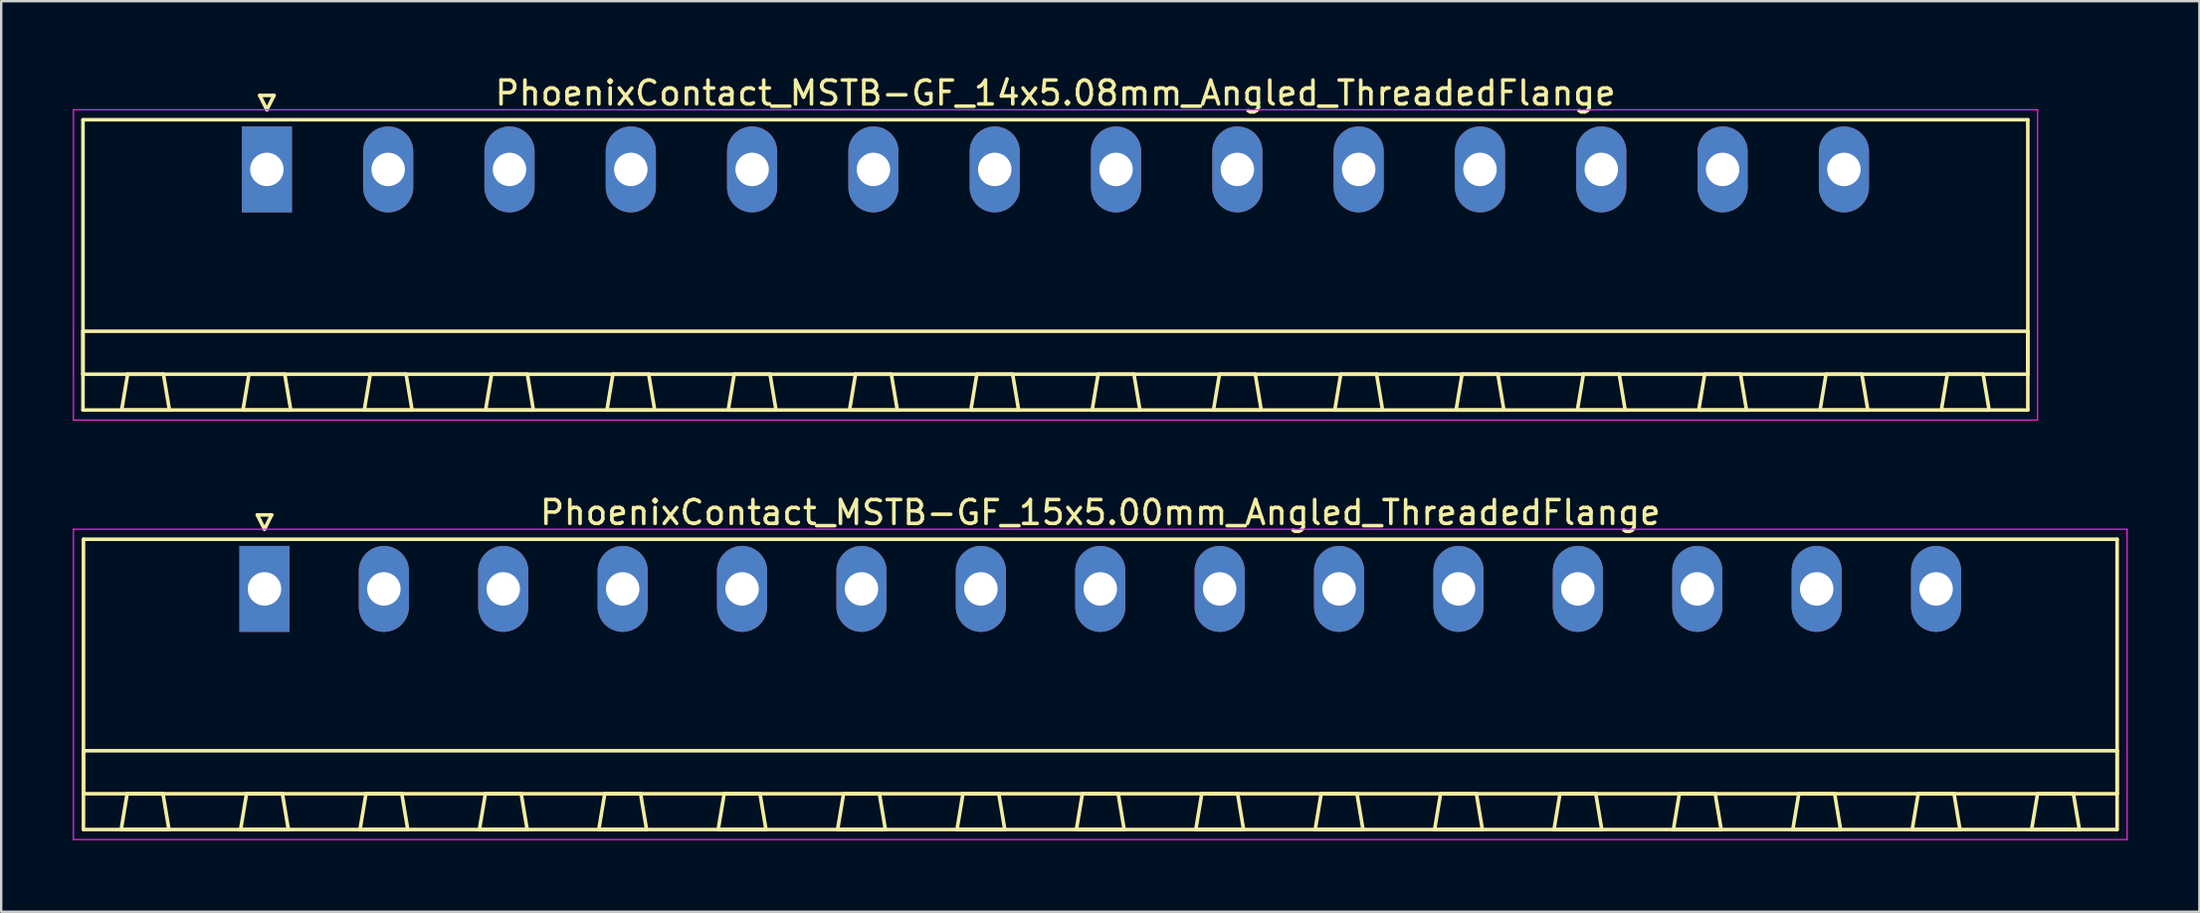
<source format=kicad_pcb>
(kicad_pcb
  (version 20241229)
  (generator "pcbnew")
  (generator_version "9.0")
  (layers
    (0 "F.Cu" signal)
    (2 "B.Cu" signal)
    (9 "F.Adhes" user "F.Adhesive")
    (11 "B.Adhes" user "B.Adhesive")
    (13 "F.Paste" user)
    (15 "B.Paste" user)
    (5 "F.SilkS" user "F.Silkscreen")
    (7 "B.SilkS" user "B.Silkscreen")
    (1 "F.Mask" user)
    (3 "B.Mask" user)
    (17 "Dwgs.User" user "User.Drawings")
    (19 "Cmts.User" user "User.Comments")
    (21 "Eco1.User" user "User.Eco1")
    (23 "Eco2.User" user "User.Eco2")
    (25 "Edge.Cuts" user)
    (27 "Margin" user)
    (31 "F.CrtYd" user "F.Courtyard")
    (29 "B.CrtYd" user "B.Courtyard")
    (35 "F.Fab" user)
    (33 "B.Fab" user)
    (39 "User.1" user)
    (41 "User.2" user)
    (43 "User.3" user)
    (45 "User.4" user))
  (footprint "PhoenixContact_MSTB-GF_14x5.08mm_Angled_ThreadedFlange"
    (layer "F.Cu")
    (at 8.125 4.048)
    (property "Reference" "PhoenixContact_MSTB-GF_14x5.08mm_Angled_ThreadedFlange" (at 33.02 -3.2 0) (layer "F.SilkS") (effects (font (size 1 1) (thickness 0.15))))
    (attr through_hole)
    (fp_line (start -7.7 -2.08) (end -7.7 10.08) (stroke (width 0.15) (type solid)) (layer "F.SilkS"))
    (fp_line (start -7.7 6.78) (end 73.74 6.78) (stroke (width 0.15) (type solid)) (layer "F.SilkS"))
    (fp_line (start -7.7 8.58) (end -7.7 6.78) (stroke (width 0.15) (type solid)) (layer "F.SilkS"))
    (fp_line (start -7.7 10.08) (end 73.74 10.08) (stroke (width 0.15) (type solid)) (layer "F.SilkS"))
    (fp_line (start -6.08 10.08) (end -4.08 10.08) (stroke (width 0.15) (type solid)) (layer "F.SilkS"))
    (fp_line (start -5.83 8.58) (end -6.08 10.08) (stroke (width 0.15) (type solid)) (layer "F.SilkS"))
    (fp_line (start -4.33 8.58) (end -5.83 8.58) (stroke (width 0.15) (type solid)) (layer "F.SilkS"))
    (fp_line (start -4.08 10.08) (end -4.33 8.58) (stroke (width 0.15) (type solid)) (layer "F.SilkS"))
    (fp_line (start -1 10.08) (end 1 10.08) (stroke (width 0.15) (type solid)) (layer "F.SilkS"))
    (fp_line (start -0.75 8.58) (end -1 10.08) (stroke (width 0.15) (type solid)) (layer "F.SilkS"))
    (fp_line (start -0.3 -3.1) (end 0 -2.5) (stroke (width 0.15) (type solid)) (layer "F.SilkS"))
    (fp_line (start 0 -2.5) (end 0.3 -3.1) (stroke (width 0.15) (type solid)) (layer "F.SilkS"))
    (fp_line (start 0.3 -3.1) (end -0.3 -3.1) (stroke (width 0.15) (type solid)) (layer "F.SilkS"))
    (fp_line (start 0.75 8.58) (end -0.75 8.58) (stroke (width 0.15) (type solid)) (layer "F.SilkS"))
    (fp_line (start 1 10.08) (end 0.75 8.58) (stroke (width 0.15) (type solid)) (layer "F.SilkS"))
    (fp_line (start 4.08 10.08) (end 6.08 10.08) (stroke (width 0.15) (type solid)) (layer "F.SilkS"))
    (fp_line (start 4.33 8.58) (end 4.08 10.08) (stroke (width 0.15) (type solid)) (layer "F.SilkS"))
    (fp_line (start 5.83 8.58) (end 4.33 8.58) (stroke (width 0.15) (type solid)) (layer "F.SilkS"))
    (fp_line (start 6.08 10.08) (end 5.83 8.58) (stroke (width 0.15) (type solid)) (layer "F.SilkS"))
    (fp_line (start 9.16 10.08) (end 11.16 10.08) (stroke (width 0.15) (type solid)) (layer "F.SilkS"))
    (fp_line (start 9.41 8.58) (end 9.16 10.08) (stroke (width 0.15) (type solid)) (layer "F.SilkS"))
    (fp_line (start 10.91 8.58) (end 9.41 8.58) (stroke (width 0.15) (type solid)) (layer "F.SilkS"))
    (fp_line (start 11.16 10.08) (end 10.91 8.58) (stroke (width 0.15) (type solid)) (layer "F.SilkS"))
    (fp_line (start 14.24 10.08) (end 16.24 10.08) (stroke (width 0.15) (type solid)) (layer "F.SilkS"))
    (fp_line (start 14.49 8.58) (end 14.24 10.08) (stroke (width 0.15) (type solid)) (layer "F.SilkS"))
    (fp_line (start 15.99 8.58) (end 14.49 8.58) (stroke (width 0.15) (type solid)) (layer "F.SilkS"))
    (fp_line (start 16.24 10.08) (end 15.99 8.58) (stroke (width 0.15) (type solid)) (layer "F.SilkS"))
    (fp_line (start 19.32 10.08) (end 21.32 10.08) (stroke (width 0.15) (type solid)) (layer "F.SilkS"))
    (fp_line (start 19.57 8.58) (end 19.32 10.08) (stroke (width 0.15) (type solid)) (layer "F.SilkS"))
    (fp_line (start 21.07 8.58) (end 19.57 8.58) (stroke (width 0.15) (type solid)) (layer "F.SilkS"))
    (fp_line (start 21.32 10.08) (end 21.07 8.58) (stroke (width 0.15) (type solid)) (layer "F.SilkS"))
    (fp_line (start 24.4 10.08) (end 26.4 10.08) (stroke (width 0.15) (type solid)) (layer "F.SilkS"))
    (fp_line (start 24.65 8.58) (end 24.4 10.08) (stroke (width 0.15) (type solid)) (layer "F.SilkS"))
    (fp_line (start 26.15 8.58) (end 24.65 8.58) (stroke (width 0.15) (type solid)) (layer "F.SilkS"))
    (fp_line (start 26.4 10.08) (end 26.15 8.58) (stroke (width 0.15) (type solid)) (layer "F.SilkS"))
    (fp_line (start 29.48 10.08) (end 31.48 10.08) (stroke (width 0.15) (type solid)) (layer "F.SilkS"))
    (fp_line (start 29.73 8.58) (end 29.48 10.08) (stroke (width 0.15) (type solid)) (layer "F.SilkS"))
    (fp_line (start 31.23 8.58) (end 29.73 8.58) (stroke (width 0.15) (type solid)) (layer "F.SilkS"))
    (fp_line (start 31.48 10.08) (end 31.23 8.58) (stroke (width 0.15) (type solid)) (layer "F.SilkS"))
    (fp_line (start 34.56 10.08) (end 36.56 10.08) (stroke (width 0.15) (type solid)) (layer "F.SilkS"))
    (fp_line (start 34.81 8.58) (end 34.56 10.08) (stroke (width 0.15) (type solid)) (layer "F.SilkS"))
    (fp_line (start 36.31 8.58) (end 34.81 8.58) (stroke (width 0.15) (type solid)) (layer "F.SilkS"))
    (fp_line (start 36.56 10.08) (end 36.31 8.58) (stroke (width 0.15) (type solid)) (layer "F.SilkS"))
    (fp_line (start 39.64 10.08) (end 41.64 10.08) (stroke (width 0.15) (type solid)) (layer "F.SilkS"))
    (fp_line (start 39.89 8.58) (end 39.64 10.08) (stroke (width 0.15) (type solid)) (layer "F.SilkS"))
    (fp_line (start 41.39 8.58) (end 39.89 8.58) (stroke (width 0.15) (type solid)) (layer "F.SilkS"))
    (fp_line (start 41.64 10.08) (end 41.39 8.58) (stroke (width 0.15) (type solid)) (layer "F.SilkS"))
    (fp_line (start 44.72 10.08) (end 46.72 10.08) (stroke (width 0.15) (type solid)) (layer "F.SilkS"))
    (fp_line (start 44.97 8.58) (end 44.72 10.08) (stroke (width 0.15) (type solid)) (layer "F.SilkS"))
    (fp_line (start 46.47 8.58) (end 44.97 8.58) (stroke (width 0.15) (type solid)) (layer "F.SilkS"))
    (fp_line (start 46.72 10.08) (end 46.47 8.58) (stroke (width 0.15) (type solid)) (layer "F.SilkS"))
    (fp_line (start 49.8 10.08) (end 51.8 10.08) (stroke (width 0.15) (type solid)) (layer "F.SilkS"))
    (fp_line (start 50.05 8.58) (end 49.8 10.08) (stroke (width 0.15) (type solid)) (layer "F.SilkS"))
    (fp_line (start 51.55 8.58) (end 50.05 8.58) (stroke (width 0.15) (type solid)) (layer "F.SilkS"))
    (fp_line (start 51.8 10.08) (end 51.55 8.58) (stroke (width 0.15) (type solid)) (layer "F.SilkS"))
    (fp_line (start 54.88 10.08) (end 56.88 10.08) (stroke (width 0.15) (type solid)) (layer "F.SilkS"))
    (fp_line (start 55.13 8.58) (end 54.88 10.08) (stroke (width 0.15) (type solid)) (layer "F.SilkS"))
    (fp_line (start 56.63 8.58) (end 55.13 8.58) (stroke (width 0.15) (type solid)) (layer "F.SilkS"))
    (fp_line (start 56.88 10.08) (end 56.63 8.58) (stroke (width 0.15) (type solid)) (layer "F.SilkS"))
    (fp_line (start 59.96 10.08) (end 61.96 10.08) (stroke (width 0.15) (type solid)) (layer "F.SilkS"))
    (fp_line (start 60.21 8.58) (end 59.96 10.08) (stroke (width 0.15) (type solid)) (layer "F.SilkS"))
    (fp_line (start 61.71 8.58) (end 60.21 8.58) (stroke (width 0.15) (type solid)) (layer "F.SilkS"))
    (fp_line (start 61.96 10.08) (end 61.71 8.58) (stroke (width 0.15) (type solid)) (layer "F.SilkS"))
    (fp_line (start 65.04 10.08) (end 67.04 10.08) (stroke (width 0.15) (type solid)) (layer "F.SilkS"))
    (fp_line (start 65.29 8.58) (end 65.04 10.08) (stroke (width 0.15) (type solid)) (layer "F.SilkS"))
    (fp_line (start 66.79 8.58) (end 65.29 8.58) (stroke (width 0.15) (type solid)) (layer "F.SilkS"))
    (fp_line (start 67.04 10.08) (end 66.79 8.58) (stroke (width 0.15) (type solid)) (layer "F.SilkS"))
    (fp_line (start 70.12 10.08) (end 72.12 10.08) (stroke (width 0.15) (type solid)) (layer "F.SilkS"))
    (fp_line (start 70.37 8.58) (end 70.12 10.08) (stroke (width 0.15) (type solid)) (layer "F.SilkS"))
    (fp_line (start 71.87 8.58) (end 70.37 8.58) (stroke (width 0.15) (type solid)) (layer "F.SilkS"))
    (fp_line (start 72.12 10.08) (end 71.87 8.58) (stroke (width 0.15) (type solid)) (layer "F.SilkS"))
    (fp_line (start 73.74 -2.08) (end -7.7 -2.08) (stroke (width 0.15) (type solid)) (layer "F.SilkS"))
    (fp_line (start 73.74 6.78) (end 73.74 8.58) (stroke (width 0.15) (type solid)) (layer "F.SilkS"))
    (fp_line (start 73.74 8.58) (end -7.7 8.58) (stroke (width 0.15) (type solid)) (layer "F.SilkS"))
    (fp_line (start 73.74 10.08) (end 73.74 -2.08) (stroke (width 0.15) (type solid)) (layer "F.SilkS"))
    (fp_line (start -8.1 -2.5) (end -8.1 10.5) (stroke (width 0.05) (type solid)) (layer "F.CrtYd"))
    (fp_line (start -8.1 10.5) (end 74.15 10.5) (stroke (width 0.05) (type solid)) (layer "F.CrtYd"))
    (fp_line (start 74.15 -2.5) (end -8.1 -2.5) (stroke (width 0.05) (type solid)) (layer "F.CrtYd"))
    (fp_line (start 74.15 10.5) (end 74.15 -2.5) (stroke (width 0.05) (type solid)) (layer "F.CrtYd"))
    (pad "1" thru_hole rect (at 0 0) (size 2.1 3.6) (drill 1.4) (layers "*.Cu" "*.Mask"))
    (pad "2" thru_hole oval (at 5.08 0) (size 2.1 3.6) (drill 1.4) (layers "*.Cu" "*.Mask"))
    (pad "3" thru_hole oval (at 10.16 0) (size 2.1 3.6) (drill 1.4) (layers "*.Cu" "*.Mask"))
    (pad "4" thru_hole oval (at 15.24 0) (size 2.1 3.6) (drill 1.4) (layers "*.Cu" "*.Mask"))
    (pad "5" thru_hole oval (at 20.32 0) (size 2.1 3.6) (drill 1.4) (layers "*.Cu" "*.Mask"))
    (pad "6" thru_hole oval (at 25.4 0) (size 2.1 3.6) (drill 1.4) (layers "*.Cu" "*.Mask"))
    (pad "7" thru_hole oval (at 30.48 0) (size 2.1 3.6) (drill 1.4) (layers "*.Cu" "*.Mask"))
    (pad "8" thru_hole oval (at 35.56 0) (size 2.1 3.6) (drill 1.4) (layers "*.Cu" "*.Mask"))
    (pad "9" thru_hole oval (at 40.64 0) (size 2.1 3.6) (drill 1.4) (layers "*.Cu" "*.Mask"))
    (pad "10" thru_hole oval (at 45.72 0) (size 2.1 3.6) (drill 1.4) (layers "*.Cu" "*.Mask"))
    (pad "11" thru_hole oval (at 50.8 0) (size 2.1 3.6) (drill 1.4) (layers "*.Cu" "*.Mask"))
    (pad "12" thru_hole oval (at 55.88 0) (size 2.1 3.6) (drill 1.4) (layers "*.Cu" "*.Mask"))
    (pad "13" thru_hole oval (at 60.96 0) (size 2.1 3.6) (drill 1.4) (layers "*.Cu" "*.Mask"))
    (pad "14" thru_hole oval (at 66.04 0) (size 2.1 3.6) (drill 1.4) (layers "*.Cu" "*.Mask")))
  (footprint "PhoenixContact_MSTB-GF_15x5.00mm_Angled_ThreadedFlange"
    (layer "F.Cu")
    (at 8.025 21.622)
    (property "Reference" "PhoenixContact_MSTB-GF_15x5.00mm_Angled_ThreadedFlange" (at 35 -3.2 0) (layer "F.SilkS") (effects (font (size 1 1) (thickness 0.15))))
    (attr through_hole)
    (fp_line (start -7.58 -2.08) (end -7.58 10.08) (stroke (width 0.15) (type solid)) (layer "F.SilkS"))
    (fp_line (start -7.58 6.78) (end 77.58 6.78) (stroke (width 0.15) (type solid)) (layer "F.SilkS"))
    (fp_line (start -7.58 8.58) (end -7.58 6.78) (stroke (width 0.15) (type solid)) (layer "F.SilkS"))
    (fp_line (start -7.58 10.08) (end 77.58 10.08) (stroke (width 0.15) (type solid)) (layer "F.SilkS"))
    (fp_line (start -6 10.08) (end -4 10.08) (stroke (width 0.15) (type solid)) (layer "F.SilkS"))
    (fp_line (start -5.75 8.58) (end -6 10.08) (stroke (width 0.15) (type solid)) (layer "F.SilkS"))
    (fp_line (start -4.25 8.58) (end -5.75 8.58) (stroke (width 0.15) (type solid)) (layer "F.SilkS"))
    (fp_line (start -4 10.08) (end -4.25 8.58) (stroke (width 0.15) (type solid)) (layer "F.SilkS"))
    (fp_line (start -1 10.08) (end 1 10.08) (stroke (width 0.15) (type solid)) (layer "F.SilkS"))
    (fp_line (start -0.75 8.58) (end -1 10.08) (stroke (width 0.15) (type solid)) (layer "F.SilkS"))
    (fp_line (start -0.3 -3.1) (end 0 -2.5) (stroke (width 0.15) (type solid)) (layer "F.SilkS"))
    (fp_line (start 0 -2.5) (end 0.3 -3.1) (stroke (width 0.15) (type solid)) (layer "F.SilkS"))
    (fp_line (start 0.3 -3.1) (end -0.3 -3.1) (stroke (width 0.15) (type solid)) (layer "F.SilkS"))
    (fp_line (start 0.75 8.58) (end -0.75 8.58) (stroke (width 0.15) (type solid)) (layer "F.SilkS"))
    (fp_line (start 1 10.08) (end 0.75 8.58) (stroke (width 0.15) (type solid)) (layer "F.SilkS"))
    (fp_line (start 4 10.08) (end 6 10.08) (stroke (width 0.15) (type solid)) (layer "F.SilkS"))
    (fp_line (start 4.25 8.58) (end 4 10.08) (stroke (width 0.15) (type solid)) (layer "F.SilkS"))
    (fp_line (start 5.75 8.58) (end 4.25 8.58) (stroke (width 0.15) (type solid)) (layer "F.SilkS"))
    (fp_line (start 6 10.08) (end 5.75 8.58) (stroke (width 0.15) (type solid)) (layer "F.SilkS"))
    (fp_line (start 9 10.08) (end 11 10.08) (stroke (width 0.15) (type solid)) (layer "F.SilkS"))
    (fp_line (start 9.25 8.58) (end 9 10.08) (stroke (width 0.15) (type solid)) (layer "F.SilkS"))
    (fp_line (start 10.75 8.58) (end 9.25 8.58) (stroke (width 0.15) (type solid)) (layer "F.SilkS"))
    (fp_line (start 11 10.08) (end 10.75 8.58) (stroke (width 0.15) (type solid)) (layer "F.SilkS"))
    (fp_line (start 14 10.08) (end 16 10.08) (stroke (width 0.15) (type solid)) (layer "F.SilkS"))
    (fp_line (start 14.25 8.58) (end 14 10.08) (stroke (width 0.15) (type solid)) (layer "F.SilkS"))
    (fp_line (start 15.75 8.58) (end 14.25 8.58) (stroke (width 0.15) (type solid)) (layer "F.SilkS"))
    (fp_line (start 16 10.08) (end 15.75 8.58) (stroke (width 0.15) (type solid)) (layer "F.SilkS"))
    (fp_line (start 19 10.08) (end 21 10.08) (stroke (width 0.15) (type solid)) (layer "F.SilkS"))
    (fp_line (start 19.25 8.58) (end 19 10.08) (stroke (width 0.15) (type solid)) (layer "F.SilkS"))
    (fp_line (start 20.75 8.58) (end 19.25 8.58) (stroke (width 0.15) (type solid)) (layer "F.SilkS"))
    (fp_line (start 21 10.08) (end 20.75 8.58) (stroke (width 0.15) (type solid)) (layer "F.SilkS"))
    (fp_line (start 24 10.08) (end 26 10.08) (stroke (width 0.15) (type solid)) (layer "F.SilkS"))
    (fp_line (start 24.25 8.58) (end 24 10.08) (stroke (width 0.15) (type solid)) (layer "F.SilkS"))
    (fp_line (start 25.75 8.58) (end 24.25 8.58) (stroke (width 0.15) (type solid)) (layer "F.SilkS"))
    (fp_line (start 26 10.08) (end 25.75 8.58) (stroke (width 0.15) (type solid)) (layer "F.SilkS"))
    (fp_line (start 29 10.08) (end 31 10.08) (stroke (width 0.15) (type solid)) (layer "F.SilkS"))
    (fp_line (start 29.25 8.58) (end 29 10.08) (stroke (width 0.15) (type solid)) (layer "F.SilkS"))
    (fp_line (start 30.75 8.58) (end 29.25 8.58) (stroke (width 0.15) (type solid)) (layer "F.SilkS"))
    (fp_line (start 31 10.08) (end 30.75 8.58) (stroke (width 0.15) (type solid)) (layer "F.SilkS"))
    (fp_line (start 34 10.08) (end 36 10.08) (stroke (width 0.15) (type solid)) (layer "F.SilkS"))
    (fp_line (start 34.25 8.58) (end 34 10.08) (stroke (width 0.15) (type solid)) (layer "F.SilkS"))
    (fp_line (start 35.75 8.58) (end 34.25 8.58) (stroke (width 0.15) (type solid)) (layer "F.SilkS"))
    (fp_line (start 36 10.08) (end 35.75 8.58) (stroke (width 0.15) (type solid)) (layer "F.SilkS"))
    (fp_line (start 39 10.08) (end 41 10.08) (stroke (width 0.15) (type solid)) (layer "F.SilkS"))
    (fp_line (start 39.25 8.58) (end 39 10.08) (stroke (width 0.15) (type solid)) (layer "F.SilkS"))
    (fp_line (start 40.75 8.58) (end 39.25 8.58) (stroke (width 0.15) (type solid)) (layer "F.SilkS"))
    (fp_line (start 41 10.08) (end 40.75 8.58) (stroke (width 0.15) (type solid)) (layer "F.SilkS"))
    (fp_line (start 44 10.08) (end 46 10.08) (stroke (width 0.15) (type solid)) (layer "F.SilkS"))
    (fp_line (start 44.25 8.58) (end 44 10.08) (stroke (width 0.15) (type solid)) (layer "F.SilkS"))
    (fp_line (start 45.75 8.58) (end 44.25 8.58) (stroke (width 0.15) (type solid)) (layer "F.SilkS"))
    (fp_line (start 46 10.08) (end 45.75 8.58) (stroke (width 0.15) (type solid)) (layer "F.SilkS"))
    (fp_line (start 49 10.08) (end 51 10.08) (stroke (width 0.15) (type solid)) (layer "F.SilkS"))
    (fp_line (start 49.25 8.58) (end 49 10.08) (stroke (width 0.15) (type solid)) (layer "F.SilkS"))
    (fp_line (start 50.75 8.58) (end 49.25 8.58) (stroke (width 0.15) (type solid)) (layer "F.SilkS"))
    (fp_line (start 51 10.08) (end 50.75 8.58) (stroke (width 0.15) (type solid)) (layer "F.SilkS"))
    (fp_line (start 54 10.08) (end 56 10.08) (stroke (width 0.15) (type solid)) (layer "F.SilkS"))
    (fp_line (start 54.25 8.58) (end 54 10.08) (stroke (width 0.15) (type solid)) (layer "F.SilkS"))
    (fp_line (start 55.75 8.58) (end 54.25 8.58) (stroke (width 0.15) (type solid)) (layer "F.SilkS"))
    (fp_line (start 56 10.08) (end 55.75 8.58) (stroke (width 0.15) (type solid)) (layer "F.SilkS"))
    (fp_line (start 59 10.08) (end 61 10.08) (stroke (width 0.15) (type solid)) (layer "F.SilkS"))
    (fp_line (start 59.25 8.58) (end 59 10.08) (stroke (width 0.15) (type solid)) (layer "F.SilkS"))
    (fp_line (start 60.75 8.58) (end 59.25 8.58) (stroke (width 0.15) (type solid)) (layer "F.SilkS"))
    (fp_line (start 61 10.08) (end 60.75 8.58) (stroke (width 0.15) (type solid)) (layer "F.SilkS"))
    (fp_line (start 64 10.08) (end 66 10.08) (stroke (width 0.15) (type solid)) (layer "F.SilkS"))
    (fp_line (start 64.25 8.58) (end 64 10.08) (stroke (width 0.15) (type solid)) (layer "F.SilkS"))
    (fp_line (start 65.75 8.58) (end 64.25 8.58) (stroke (width 0.15) (type solid)) (layer "F.SilkS"))
    (fp_line (start 66 10.08) (end 65.75 8.58) (stroke (width 0.15) (type solid)) (layer "F.SilkS"))
    (fp_line (start 69 10.08) (end 71 10.08) (stroke (width 0.15) (type solid)) (layer "F.SilkS"))
    (fp_line (start 69.25 8.58) (end 69 10.08) (stroke (width 0.15) (type solid)) (layer "F.SilkS"))
    (fp_line (start 70.75 8.58) (end 69.25 8.58) (stroke (width 0.15) (type solid)) (layer "F.SilkS"))
    (fp_line (start 71 10.08) (end 70.75 8.58) (stroke (width 0.15) (type solid)) (layer "F.SilkS"))
    (fp_line (start 74 10.08) (end 76 10.08) (stroke (width 0.15) (type solid)) (layer "F.SilkS"))
    (fp_line (start 74.25 8.58) (end 74 10.08) (stroke (width 0.15) (type solid)) (layer "F.SilkS"))
    (fp_line (start 75.75 8.58) (end 74.25 8.58) (stroke (width 0.15) (type solid)) (layer "F.SilkS"))
    (fp_line (start 76 10.08) (end 75.75 8.58) (stroke (width 0.15) (type solid)) (layer "F.SilkS"))
    (fp_line (start 77.58 -2.08) (end -7.58 -2.08) (stroke (width 0.15) (type solid)) (layer "F.SilkS"))
    (fp_line (start 77.58 6.78) (end 77.58 8.58) (stroke (width 0.15) (type solid)) (layer "F.SilkS"))
    (fp_line (start 77.58 8.58) (end -7.58 8.58) (stroke (width 0.15) (type solid)) (layer "F.SilkS"))
    (fp_line (start 77.58 10.08) (end 77.58 -2.08) (stroke (width 0.15) (type solid)) (layer "F.SilkS"))
    (fp_line (start -8 -2.5) (end -8 10.5) (stroke (width 0.05) (type solid)) (layer "F.CrtYd"))
    (fp_line (start -8 10.5) (end 78 10.5) (stroke (width 0.05) (type solid)) (layer "F.CrtYd"))
    (fp_line (start 78 -2.5) (end -8 -2.5) (stroke (width 0.05) (type solid)) (layer "F.CrtYd"))
    (fp_line (start 78 10.5) (end 78 -2.5) (stroke (width 0.05) (type solid)) (layer "F.CrtYd"))
    (pad "1" thru_hole rect (at 0 0) (size 2.1 3.6) (drill 1.4) (layers "*.Cu" "*.Mask"))
    (pad "2" thru_hole oval (at 5 0) (size 2.1 3.6) (drill 1.4) (layers "*.Cu" "*.Mask"))
    (pad "3" thru_hole oval (at 10 0) (size 2.1 3.6) (drill 1.4) (layers "*.Cu" "*.Mask"))
    (pad "4" thru_hole oval (at 15 0) (size 2.1 3.6) (drill 1.4) (layers "*.Cu" "*.Mask"))
    (pad "5" thru_hole oval (at 20 0) (size 2.1 3.6) (drill 1.4) (layers "*.Cu" "*.Mask"))
    (pad "6" thru_hole oval (at 25 0) (size 2.1 3.6) (drill 1.4) (layers "*.Cu" "*.Mask"))
    (pad "7" thru_hole oval (at 30 0) (size 2.1 3.6) (drill 1.4) (layers "*.Cu" "*.Mask"))
    (pad "8" thru_hole oval (at 35 0) (size 2.1 3.6) (drill 1.4) (layers "*.Cu" "*.Mask"))
    (pad "9" thru_hole oval (at 40 0) (size 2.1 3.6) (drill 1.4) (layers "*.Cu" "*.Mask"))
    (pad "10" thru_hole oval (at 45 0) (size 2.1 3.6) (drill 1.4) (layers "*.Cu" "*.Mask"))
    (pad "11" thru_hole oval (at 50 0) (size 2.1 3.6) (drill 1.4) (layers "*.Cu" "*.Mask"))
    (pad "12" thru_hole oval (at 55 0) (size 2.1 3.6) (drill 1.4) (layers "*.Cu" "*.Mask"))
    (pad "13" thru_hole oval (at 60 0) (size 2.1 3.6) (drill 1.4) (layers "*.Cu" "*.Mask"))
    (pad "14" thru_hole oval (at 65 0) (size 2.1 3.6) (drill 1.4) (layers "*.Cu" "*.Mask"))
    (pad "15" thru_hole oval (at 70 0) (size 2.1 3.6) (drill 1.4) (layers "*.Cu" "*.Mask")))
  (gr_rect
    (start -3 -3)
    (end 89.05 35.147)
    (stroke (width 0.1) (type default))
    (fill no)
    (layer "Edge.Cuts")))
</source>
